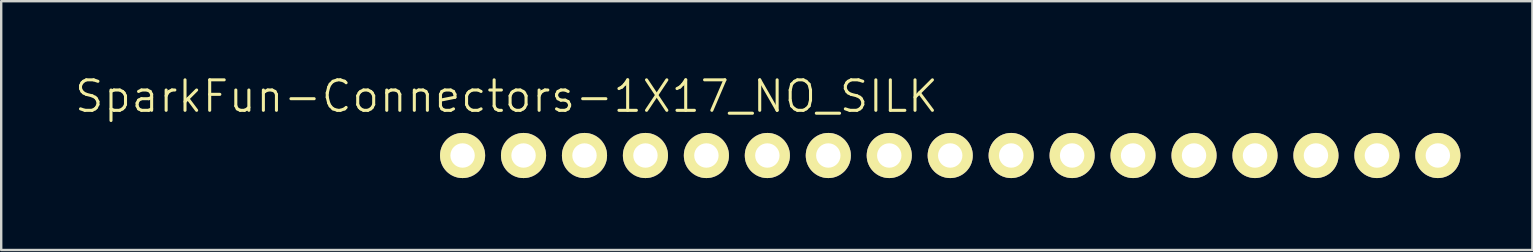
<source format=kicad_pcb>
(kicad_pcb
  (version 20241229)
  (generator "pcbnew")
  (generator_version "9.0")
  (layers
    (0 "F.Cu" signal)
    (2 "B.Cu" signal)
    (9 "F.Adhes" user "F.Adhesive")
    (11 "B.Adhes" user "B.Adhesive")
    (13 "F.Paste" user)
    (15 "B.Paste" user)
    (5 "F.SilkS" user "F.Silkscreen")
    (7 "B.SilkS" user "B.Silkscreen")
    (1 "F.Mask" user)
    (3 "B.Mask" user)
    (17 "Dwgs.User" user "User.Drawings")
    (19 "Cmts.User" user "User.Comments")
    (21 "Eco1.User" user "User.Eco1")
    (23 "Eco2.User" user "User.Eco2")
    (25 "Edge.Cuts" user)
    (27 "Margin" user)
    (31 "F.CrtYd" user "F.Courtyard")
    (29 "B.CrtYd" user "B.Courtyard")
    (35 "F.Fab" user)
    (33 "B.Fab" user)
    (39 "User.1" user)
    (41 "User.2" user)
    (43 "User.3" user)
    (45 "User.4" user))
  (footprint "SparkFun-Connectors-1X17_NO_SILK"
    (layer "F.Cu")
    (at 16.226 3.43)
    (property "Reference" "SparkFun-Connectors-1X17_NO_SILK" (at 1.829 -2.464 0) (layer "F.SilkS") (effects (font (size 1.27 1.27) (thickness 0.127))))
    (attr exclude_from_pos_files exclude_from_bom)
    (fp_line (start -0.254 -0.254) (end 0.254 -0.254) (stroke (width 0.066) (type solid)) (layer "F.SilkS"))
    (fp_line (start -0.254 0.254) (end -0.254 -0.254) (stroke (width 0.066) (type solid)) (layer "F.SilkS"))
    (fp_line (start -0.254 0.254) (end 0.254 0.254) (stroke (width 0.066) (type solid)) (layer "F.SilkS"))
    (fp_line (start 0.254 0.254) (end 0.254 -0.254) (stroke (width 0.066) (type solid)) (layer "F.SilkS"))
    (fp_line (start 2.286 -0.254) (end 2.794 -0.254) (stroke (width 0.066) (type solid)) (layer "F.SilkS"))
    (fp_line (start 2.286 0.254) (end 2.286 -0.254) (stroke (width 0.066) (type solid)) (layer "F.SilkS"))
    (fp_line (start 2.286 0.254) (end 2.794 0.254) (stroke (width 0.066) (type solid)) (layer "F.SilkS"))
    (fp_line (start 2.794 0.254) (end 2.794 -0.254) (stroke (width 0.066) (type solid)) (layer "F.SilkS"))
    (fp_line (start 4.826 -0.254) (end 5.334 -0.254) (stroke (width 0.066) (type solid)) (layer "F.SilkS"))
    (fp_line (start 4.826 0.254) (end 4.826 -0.254) (stroke (width 0.066) (type solid)) (layer "F.SilkS"))
    (fp_line (start 4.826 0.254) (end 5.334 0.254) (stroke (width 0.066) (type solid)) (layer "F.SilkS"))
    (fp_line (start 5.334 0.254) (end 5.334 -0.254) (stroke (width 0.066) (type solid)) (layer "F.SilkS"))
    (fp_line (start 7.366 -0.254) (end 7.874 -0.254) (stroke (width 0.066) (type solid)) (layer "F.SilkS"))
    (fp_line (start 7.366 0.254) (end 7.366 -0.254) (stroke (width 0.066) (type solid)) (layer "F.SilkS"))
    (fp_line (start 7.366 0.254) (end 7.874 0.254) (stroke (width 0.066) (type solid)) (layer "F.SilkS"))
    (fp_line (start 7.874 0.254) (end 7.874 -0.254) (stroke (width 0.066) (type solid)) (layer "F.SilkS"))
    (fp_line (start 9.906 -0.254) (end 10.414 -0.254) (stroke (width 0.066) (type solid)) (layer "F.SilkS"))
    (fp_line (start 9.906 0.254) (end 9.906 -0.254) (stroke (width 0.066) (type solid)) (layer "F.SilkS"))
    (fp_line (start 9.906 0.254) (end 10.414 0.254) (stroke (width 0.066) (type solid)) (layer "F.SilkS"))
    (fp_line (start 10.414 0.254) (end 10.414 -0.254) (stroke (width 0.066) (type solid)) (layer "F.SilkS"))
    (fp_line (start 12.446 -0.254) (end 12.954 -0.254) (stroke (width 0.066) (type solid)) (layer "F.SilkS"))
    (fp_line (start 12.446 0.254) (end 12.446 -0.254) (stroke (width 0.066) (type solid)) (layer "F.SilkS"))
    (fp_line (start 12.446 0.254) (end 12.954 0.254) (stroke (width 0.066) (type solid)) (layer "F.SilkS"))
    (fp_line (start 12.954 0.254) (end 12.954 -0.254) (stroke (width 0.066) (type solid)) (layer "F.SilkS"))
    (fp_line (start 14.986 -0.254) (end 15.494 -0.254) (stroke (width 0.066) (type solid)) (layer "F.SilkS"))
    (fp_line (start 14.986 0.254) (end 14.986 -0.254) (stroke (width 0.066) (type solid)) (layer "F.SilkS"))
    (fp_line (start 14.986 0.254) (end 15.494 0.254) (stroke (width 0.066) (type solid)) (layer "F.SilkS"))
    (fp_line (start 15.494 0.254) (end 15.494 -0.254) (stroke (width 0.066) (type solid)) (layer "F.SilkS"))
    (fp_line (start 17.523 -0.254) (end 18.034 -0.254) (stroke (width 0.066) (type solid)) (layer "F.SilkS"))
    (fp_line (start 17.523 0.254) (end 17.523 -0.254) (stroke (width 0.066) (type solid)) (layer "F.SilkS"))
    (fp_line (start 17.523 0.254) (end 18.034 0.254) (stroke (width 0.066) (type solid)) (layer "F.SilkS"))
    (fp_line (start 18.034 0.254) (end 18.034 -0.254) (stroke (width 0.066) (type solid)) (layer "F.SilkS"))
    (fp_line (start 20.066 -0.254) (end 20.574 -0.254) (stroke (width 0.066) (type solid)) (layer "F.SilkS"))
    (fp_line (start 20.066 0.254) (end 20.066 -0.254) (stroke (width 0.066) (type solid)) (layer "F.SilkS"))
    (fp_line (start 20.066 0.254) (end 20.574 0.254) (stroke (width 0.066) (type solid)) (layer "F.SilkS"))
    (fp_line (start 20.574 0.254) (end 20.574 -0.254) (stroke (width 0.066) (type solid)) (layer "F.SilkS"))
    (fp_line (start 22.606 -0.254) (end 23.114 -0.254) (stroke (width 0.066) (type solid)) (layer "F.SilkS"))
    (fp_line (start 22.606 0.254) (end 22.606 -0.254) (stroke (width 0.066) (type solid)) (layer "F.SilkS"))
    (fp_line (start 22.606 0.254) (end 23.114 0.254) (stroke (width 0.066) (type solid)) (layer "F.SilkS"))
    (fp_line (start 23.114 0.254) (end 23.114 -0.254) (stroke (width 0.066) (type solid)) (layer "F.SilkS"))
    (fp_line (start 25.146 -0.254) (end 25.654 -0.254) (stroke (width 0.066) (type solid)) (layer "F.SilkS"))
    (fp_line (start 25.146 0.254) (end 25.146 -0.254) (stroke (width 0.066) (type solid)) (layer "F.SilkS"))
    (fp_line (start 25.146 0.254) (end 25.654 0.254) (stroke (width 0.066) (type solid)) (layer "F.SilkS"))
    (fp_line (start 25.654 0.254) (end 25.654 -0.254) (stroke (width 0.066) (type solid)) (layer "F.SilkS"))
    (fp_line (start 27.686 -0.254) (end 28.194 -0.254) (stroke (width 0.066) (type solid)) (layer "F.SilkS"))
    (fp_line (start 27.686 0.254) (end 27.686 -0.254) (stroke (width 0.066) (type solid)) (layer "F.SilkS"))
    (fp_line (start 27.686 0.254) (end 28.194 0.254) (stroke (width 0.066) (type solid)) (layer "F.SilkS"))
    (fp_line (start 28.194 0.254) (end 28.194 -0.254) (stroke (width 0.066) (type solid)) (layer "F.SilkS"))
    (fp_line (start 30.226 -0.254) (end 30.734 -0.254) (stroke (width 0.066) (type solid)) (layer "F.SilkS"))
    (fp_line (start 30.226 0.254) (end 30.226 -0.254) (stroke (width 0.066) (type solid)) (layer "F.SilkS"))
    (fp_line (start 30.226 0.254) (end 30.734 0.254) (stroke (width 0.066) (type solid)) (layer "F.SilkS"))
    (fp_line (start 30.734 0.254) (end 30.734 -0.254) (stroke (width 0.066) (type solid)) (layer "F.SilkS"))
    (fp_line (start 32.766 -0.254) (end 33.274 -0.254) (stroke (width 0.066) (type solid)) (layer "F.SilkS"))
    (fp_line (start 32.766 0.254) (end 32.766 -0.254) (stroke (width 0.066) (type solid)) (layer "F.SilkS"))
    (fp_line (start 32.766 0.254) (end 33.274 0.254) (stroke (width 0.066) (type solid)) (layer "F.SilkS"))
    (fp_line (start 33.274 0.254) (end 33.274 -0.254) (stroke (width 0.066) (type solid)) (layer "F.SilkS"))
    (fp_line (start 35.303 -0.254) (end 35.814 -0.254) (stroke (width 0.066) (type solid)) (layer "F.SilkS"))
    (fp_line (start 35.303 0.254) (end 35.303 -0.254) (stroke (width 0.066) (type solid)) (layer "F.SilkS"))
    (fp_line (start 35.303 0.254) (end 35.814 0.254) (stroke (width 0.066) (type solid)) (layer "F.SilkS"))
    (fp_line (start 35.814 0.254) (end 35.814 -0.254) (stroke (width 0.066) (type solid)) (layer "F.SilkS"))
    (fp_line (start 37.846 -0.254) (end 38.354 -0.254) (stroke (width 0.066) (type solid)) (layer "F.SilkS"))
    (fp_line (start 37.846 0.254) (end 37.846 -0.254) (stroke (width 0.066) (type solid)) (layer "F.SilkS"))
    (fp_line (start 37.846 0.254) (end 38.354 0.254) (stroke (width 0.066) (type solid)) (layer "F.SilkS"))
    (fp_line (start 38.354 0.254) (end 38.354 -0.254) (stroke (width 0.066) (type solid)) (layer "F.SilkS"))
    (fp_line (start 40.386 -0.254) (end 40.894 -0.254) (stroke (width 0.066) (type solid)) (layer "F.SilkS"))
    (fp_line (start 40.386 0.254) (end 40.386 -0.254) (stroke (width 0.066) (type solid)) (layer "F.SilkS"))
    (fp_line (start 40.386 0.254) (end 40.894 0.254) (stroke (width 0.066) (type solid)) (layer "F.SilkS"))
    (fp_line (start 40.894 0.254) (end 40.894 -0.254) (stroke (width 0.066) (type solid)) (layer "F.SilkS"))
    (pad "1" thru_hole circle (at 0 0) (size 1.88 1.88) (drill 1.016) (layers "*.Cu" "F.Mask" "F.SilkS" "F.Paste"))
    (pad "2" thru_hole circle (at 2.54 0) (size 1.88 1.88) (drill 1.016) (layers "*.Cu" "F.Mask" "F.SilkS" "F.Paste"))
    (pad "3" thru_hole circle (at 5.08 0) (size 1.88 1.88) (drill 1.016) (layers "*.Cu" "F.Mask" "F.SilkS" "F.Paste"))
    (pad "4" thru_hole circle (at 7.62 0) (size 1.88 1.88) (drill 1.016) (layers "*.Cu" "F.Mask" "F.SilkS" "F.Paste"))
    (pad "5" thru_hole circle (at 10.16 0) (size 1.88 1.88) (drill 1.016) (layers "*.Cu" "F.Mask" "F.SilkS" "F.Paste"))
    (pad "6" thru_hole circle (at 12.7 0) (size 1.88 1.88) (drill 1.016) (layers "*.Cu" "F.Mask" "F.SilkS" "F.Paste"))
    (pad "7" thru_hole circle (at 15.24 0) (size 1.88 1.88) (drill 1.016) (layers "*.Cu" "F.Mask" "F.SilkS" "F.Paste"))
    (pad "8" thru_hole circle (at 17.78 0) (size 1.88 1.88) (drill 1.016) (layers "*.Cu" "F.Mask" "F.SilkS" "F.Paste"))
    (pad "9" thru_hole circle (at 20.32 0) (size 1.88 1.88) (drill 1.016) (layers "*.Cu" "F.Mask" "F.SilkS" "F.Paste"))
    (pad "10" thru_hole circle (at 22.86 0) (size 1.88 1.88) (drill 1.016) (layers "*.Cu" "F.Mask" "F.SilkS" "F.Paste"))
    (pad "11" thru_hole circle (at 25.4 0) (size 1.88 1.88) (drill 1.016) (layers "*.Cu" "F.Mask" "F.SilkS" "F.Paste"))
    (pad "12" thru_hole circle (at 27.94 0) (size 1.88 1.88) (drill 1.016) (layers "*.Cu" "F.Mask" "F.SilkS" "F.Paste"))
    (pad "13" thru_hole circle (at 30.48 0) (size 1.88 1.88) (drill 1.016) (layers "*.Cu" "F.Mask" "F.SilkS" "F.Paste"))
    (pad "14" thru_hole circle (at 33.02 0) (size 1.88 1.88) (drill 1.016) (layers "*.Cu" "F.Mask" "F.SilkS" "F.Paste"))
    (pad "15" thru_hole circle (at 35.56 0) (size 1.88 1.88) (drill 1.016) (layers "*.Cu" "F.Mask" "F.SilkS" "F.Paste"))
    (pad "16" thru_hole circle (at 38.1 0) (size 1.88 1.88) (drill 1.016) (layers "*.Cu" "F.Mask" "F.SilkS" "F.Paste"))
    (pad "17" thru_hole circle (at 40.64 0) (size 1.88 1.88) (drill 1.016) (layers "*.Cu" "F.Mask" "F.SilkS" "F.Paste")))
  (gr_rect
    (start -3 -3)
    (end 60.806 7.369)
    (stroke (width 0.1) (type default))
    (fill no)
    (layer "Edge.Cuts")))
</source>
